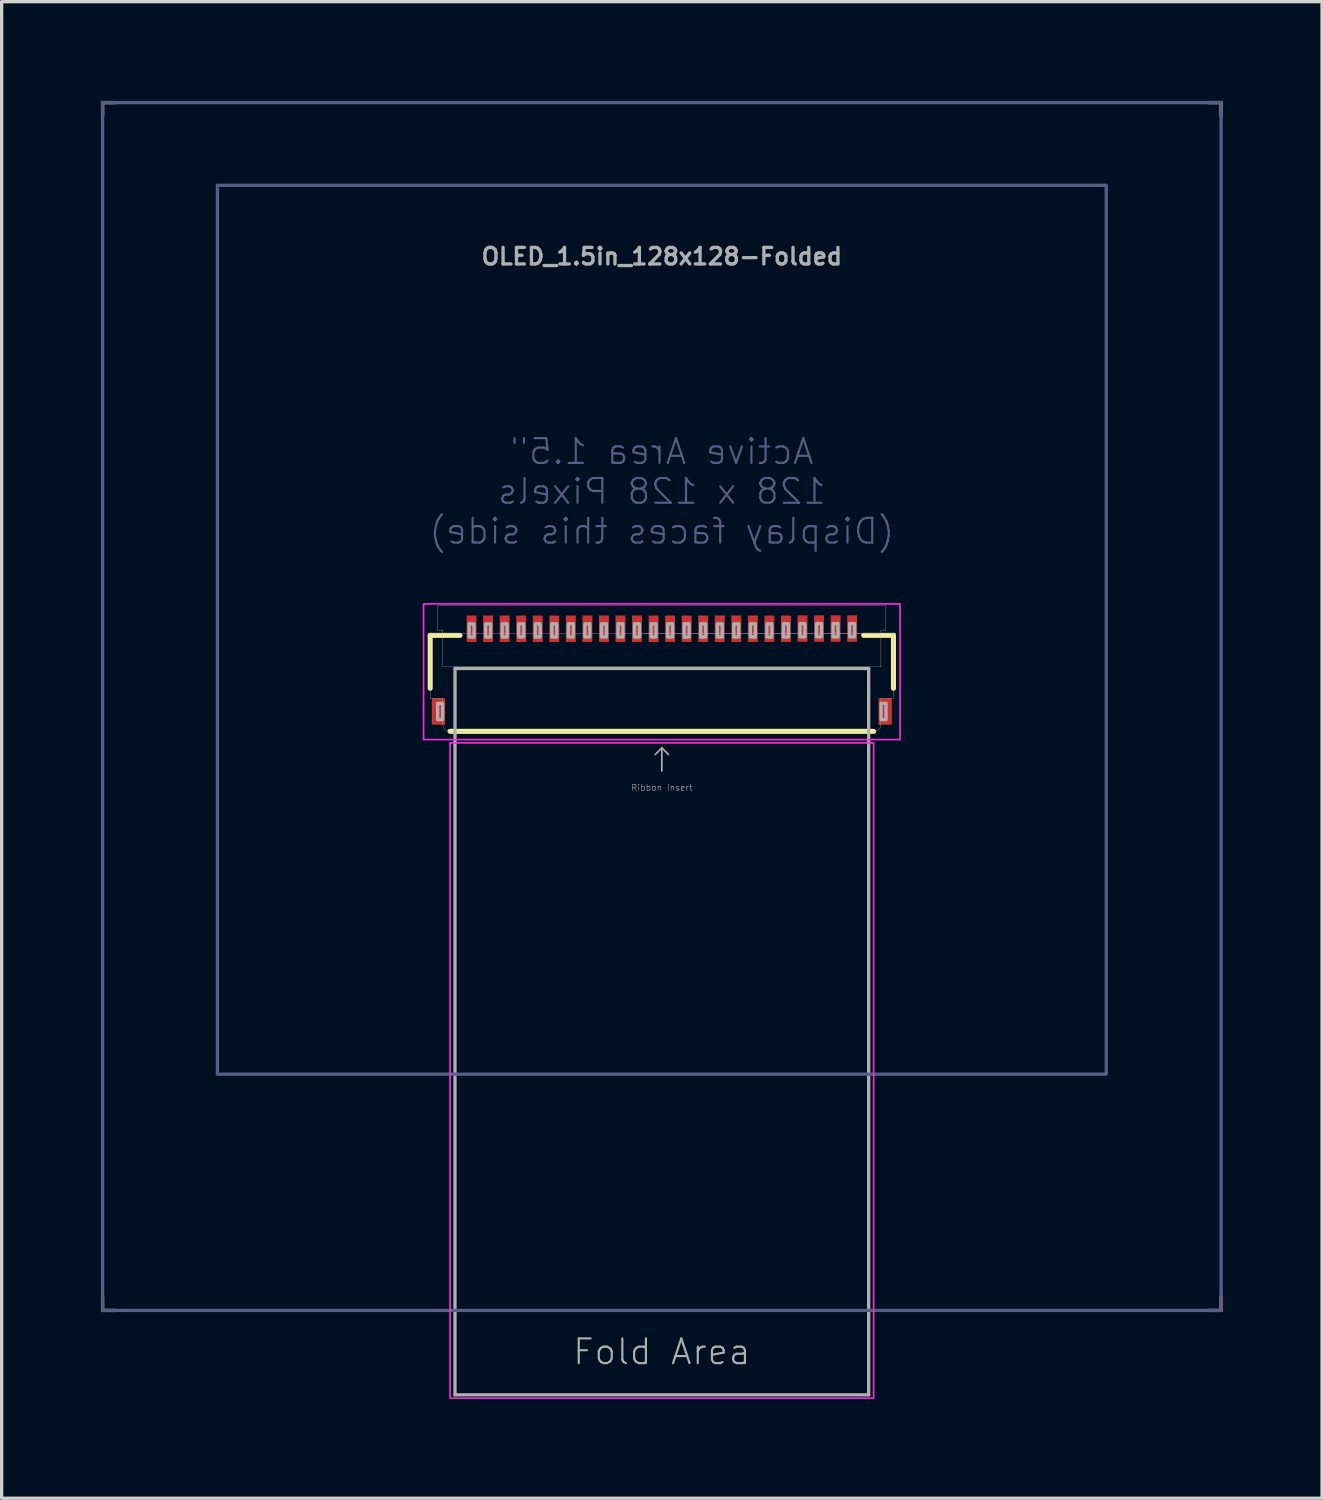
<source format=kicad_pcb>
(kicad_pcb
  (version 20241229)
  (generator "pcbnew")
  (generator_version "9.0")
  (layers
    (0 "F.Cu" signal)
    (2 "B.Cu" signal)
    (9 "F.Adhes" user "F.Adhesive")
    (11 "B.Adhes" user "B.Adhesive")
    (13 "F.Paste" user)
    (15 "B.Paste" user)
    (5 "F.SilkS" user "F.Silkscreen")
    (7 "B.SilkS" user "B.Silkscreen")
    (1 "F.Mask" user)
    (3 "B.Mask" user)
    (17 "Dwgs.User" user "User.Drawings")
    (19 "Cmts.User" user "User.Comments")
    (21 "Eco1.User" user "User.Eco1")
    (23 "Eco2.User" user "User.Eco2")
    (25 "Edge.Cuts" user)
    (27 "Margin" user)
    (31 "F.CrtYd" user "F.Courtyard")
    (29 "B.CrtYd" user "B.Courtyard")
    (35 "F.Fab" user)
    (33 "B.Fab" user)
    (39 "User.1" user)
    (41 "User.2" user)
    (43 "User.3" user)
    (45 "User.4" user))
  (footprint "OLED_1.5in_128x128-Folded"
    (layer "F.Cu")
    (at 16.95 18.3)
    (property "Reference" "OLED_1.5in_128x128-Folded" (at 0 -13.6 0) (unlocked yes) (layer "F.Fab") (effects (font (size 0.5 0.5) (thickness 0.1))))
    (fp_line (start -7 -2.15) (end -7 -0.55) (stroke (width 0.152) (type solid)) (layer "F.SilkS"))
    (fp_line (start -7 -2.15) (end -6.1 -2.15) (stroke (width 0.152) (type solid)) (layer "F.SilkS"))
    (fp_line (start -6.4 0.75) (end 6.4 0.75) (stroke (width 0.152) (type solid)) (layer "F.SilkS"))
    (fp_line (start 7 -2.15) (end 6.1 -2.15) (stroke (width 0.152) (type solid)) (layer "F.SilkS"))
    (fp_line (start 7 -2.15) (end 7 -0.55) (stroke (width 0.152) (type solid)) (layer "F.SilkS"))
    (fp_line (start -16.9 -18.25) (end -16.5 -18.25) (stroke (width 0.1) (type default)) (layer "B.SilkS"))
    (fp_line (start -16.9 -17.85) (end -16.9 -18.25) (stroke (width 0.1) (type default)) (layer "B.SilkS"))
    (fp_line (start -16.9 18.25) (end -16.9 17.85) (stroke (width 0.1) (type default)) (layer "B.SilkS"))
    (fp_line (start -16.5 18.25) (end -16.9 18.25) (stroke (width 0.1) (type default)) (layer "B.SilkS"))
    (fp_line (start 16.5 -18.25) (end 16.9 -18.25) (stroke (width 0.1) (type default)) (layer "B.SilkS"))
    (fp_line (start 16.9 -18.25) (end 16.9 -17.85) (stroke (width 0.1) (type default)) (layer "B.SilkS"))
    (fp_line (start 16.9 17.85) (end 16.9 18.25) (stroke (width 0.1) (type default)) (layer "B.SilkS"))
    (fp_line (start 16.9 18.25) (end 16.5 18.25) (stroke (width 0.1) (type default)) (layer "B.SilkS"))
    (fp_rect (start -7.2 -3.1) (end 7.2 1) (stroke (width 0.05) (type default)) (fill no) (layer "F.CrtYd"))
    (fp_rect (start -6.4 1.1) (end 6.4 20.9) (stroke (width 0.05) (type default)) (fill no) (layer "F.CrtYd"))
    (fp_rect (start -16.9 -18.25) (end 16.9 18.25) (stroke (width 0.1) (type default)) (fill no) (layer "B.Fab"))
    (fp_rect (start -13.43 -15.75) (end 13.43 11.11) (stroke (width 0.1) (type default)) (fill no) (layer "B.Fab"))
    (fp_line (start -7 -2.2) (end -7 -0.25) (stroke (width 0.01) (type solid)) (layer "F.Fab"))
    (fp_line (start -7 -2.2) (end -6.62 -2.2) (stroke (width 0.01) (type solid)) (layer "F.Fab"))
    (fp_line (start -6.77 -3.05) (end -6.77 -2.31) (stroke (width 0.01) (type solid)) (layer "F.Fab"))
    (fp_line (start -6.77 -3.05) (end 6.77 -3.05) (stroke (width 0.01) (type solid)) (layer "F.Fab"))
    (fp_line (start -6.62 -2.31) (end -6.77 -2.31) (stroke (width 0.01) (type solid)) (layer "F.Fab"))
    (fp_line (start -6.62 -2.2) (end -6.62 -2.31) (stroke (width 0.01) (type solid)) (layer "F.Fab"))
    (fp_line (start -6.62 -2.2) (end 6.62 -2.2) (stroke (width 0.01) (type solid)) (layer "F.Fab"))
    (fp_line (start -6.62 -1.2) (end -6.62 -2.2) (stroke (width 0.01) (type solid)) (layer "F.Fab"))
    (fp_line (start -6.62 -1.2) (end 6.62 -1.2) (stroke (width 0.01) (type solid)) (layer "F.Fab"))
    (fp_line (start -6.62 -0.25) (end -7 -0.25) (stroke (width 0.01) (type solid)) (layer "F.Fab"))
    (fp_line (start -6.62 0.55) (end -6.62 -0.25) (stroke (width 0.01) (type solid)) (layer "F.Fab"))
    (fp_line (start -6.25 20.8) (end -6.25 -1.15) (stroke (width 0.1) (type default)) (layer "F.Fab"))
    (fp_line (start -0.62 -2.205) (end 6.62 -2.2) (stroke (width 0.01) (type solid)) (layer "F.Fab"))
    (fp_line (start 0 1.25) (end -0.2 1.45) (stroke (width 0.05) (type solid)) (layer "F.Fab"))
    (fp_line (start 0 1.25) (end 0.2 1.45) (stroke (width 0.05) (type solid)) (layer "F.Fab"))
    (fp_line (start 0 1.95) (end 0 1.25) (stroke (width 0.05) (type solid)) (layer "F.Fab"))
    (fp_line (start 6.25 -1.15) (end -6.25 -1.15) (stroke (width 0.1) (type default)) (layer "F.Fab"))
    (fp_line (start 6.25 -1.15) (end 6.25 20.8) (stroke (width 0.1) (type default)) (layer "F.Fab"))
    (fp_line (start 6.25 20.8) (end -6.25 20.8) (stroke (width 0.1) (type default)) (layer "F.Fab"))
    (fp_line (start 6.41 0.75) (end -6.412 0.75) (stroke (width 0.01) (type solid)) (layer "F.Fab"))
    (fp_line (start 6.62 -2.31) (end 6.77 -2.31) (stroke (width 0.01) (type solid)) (layer "F.Fab"))
    (fp_line (start 6.62 -2.2) (end 6.62 -2.31) (stroke (width 0.01) (type solid)) (layer "F.Fab"))
    (fp_line (start 6.62 -2.2) (end 7 -2.2) (stroke (width 0.01) (type solid)) (layer "F.Fab"))
    (fp_line (start 6.62 -1.2) (end 6.62 -2.2) (stroke (width 0.01) (type solid)) (layer "F.Fab"))
    (fp_line (start 6.62 0.55) (end 6.62 -0.25) (stroke (width 0.01) (type solid)) (layer "F.Fab"))
    (fp_line (start 6.77 -2.31) (end 6.77 -3.05) (stroke (width 0.01) (type solid)) (layer "F.Fab"))
    (fp_line (start 7 -2.2) (end 7 -0.25) (stroke (width 0.01) (type solid)) (layer "F.Fab"))
    (fp_line (start 7 -0.25) (end 6.62 -0.25) (stroke (width 0.01) (type solid)) (layer "F.Fab"))
    (fp_arc (start -6.409999 0.749999) (mid -6.55542 0.692442) (end -6.62 0.55) (stroke (width 0.01) (type solid)) (layer "F.Fab"))
    (fp_arc (start 6.62 0.55) (mid 6.555421 0.692445) (end 6.409999 0.749999) (stroke (width 0.01) (type solid)) (layer "F.Fab"))
    (fp_poly (pts (xy -6.775 0.395) (xy -6.625 0.395) (xy -6.625 -0.095) (xy -6.775 -0.095)) (stroke (width 0.1) (type default)) (fill no) (layer "F.Fab"))
    (fp_poly (pts (xy -5.825 -2.1) (xy -5.675 -2.1) (xy -5.675 -2.5) (xy -5.825 -2.5)) (stroke (width 0.1) (type default)) (fill no) (layer "F.Fab"))
    (fp_poly (pts (xy -5.325 -2.1) (xy -5.175 -2.1) (xy -5.175 -2.5) (xy -5.325 -2.5)) (stroke (width 0.1) (type default)) (fill no) (layer "F.Fab"))
    (fp_poly (pts (xy -4.825 -2.1) (xy -4.675 -2.1) (xy -4.675 -2.5) (xy -4.825 -2.5)) (stroke (width 0.1) (type default)) (fill no) (layer "F.Fab"))
    (fp_poly (pts (xy -4.325 -2.1) (xy -4.175 -2.1) (xy -4.175 -2.5) (xy -4.325 -2.5)) (stroke (width 0.1) (type default)) (fill no) (layer "F.Fab"))
    (fp_poly (pts (xy -3.825 -2.1) (xy -3.675 -2.1) (xy -3.675 -2.5) (xy -3.825 -2.5)) (stroke (width 0.1) (type default)) (fill no) (layer "F.Fab"))
    (fp_poly (pts (xy -3.325 -2.1) (xy -3.175 -2.1) (xy -3.175 -2.5) (xy -3.325 -2.5)) (stroke (width 0.1) (type default)) (fill no) (layer "F.Fab"))
    (fp_poly (pts (xy -2.825 -2.1) (xy -2.675 -2.1) (xy -2.675 -2.5) (xy -2.825 -2.5)) (stroke (width 0.1) (type default)) (fill no) (layer "F.Fab"))
    (fp_poly (pts (xy -2.325 -2.1) (xy -2.175 -2.1) (xy -2.175 -2.5) (xy -2.325 -2.5)) (stroke (width 0.1) (type default)) (fill no) (layer "F.Fab"))
    (fp_poly (pts (xy -1.825 -2.1) (xy -1.675 -2.1) (xy -1.675 -2.5) (xy -1.825 -2.5)) (stroke (width 0.1) (type default)) (fill no) (layer "F.Fab"))
    (fp_poly (pts (xy -1.325 -2.1) (xy -1.175 -2.1) (xy -1.175 -2.5) (xy -1.325 -2.5)) (stroke (width 0.1) (type default)) (fill no) (layer "F.Fab"))
    (fp_poly (pts (xy -0.825 -2.1) (xy -0.675 -2.1) (xy -0.675 -2.5) (xy -0.825 -2.5)) (stroke (width 0.1) (type default)) (fill no) (layer "F.Fab"))
    (fp_poly (pts (xy -0.325 -2.1) (xy -0.175 -2.1) (xy -0.175 -2.5) (xy -0.325 -2.5)) (stroke (width 0.1) (type default)) (fill no) (layer "F.Fab"))
    (fp_poly (pts (xy 0.175 -2.1) (xy 0.325 -2.1) (xy 0.325 -2.5) (xy 0.175 -2.5)) (stroke (width 0.1) (type default)) (fill no) (layer "F.Fab"))
    (fp_poly (pts (xy 0.675 -2.1) (xy 0.825 -2.1) (xy 0.825 -2.5) (xy 0.675 -2.5)) (stroke (width 0.1) (type default)) (fill no) (layer "F.Fab"))
    (fp_poly (pts (xy 1.175 -2.1) (xy 1.325 -2.1) (xy 1.325 -2.5) (xy 1.175 -2.5)) (stroke (width 0.1) (type default)) (fill no) (layer "F.Fab"))
    (fp_poly (pts (xy 1.675 -2.1) (xy 1.825 -2.1) (xy 1.825 -2.5) (xy 1.675 -2.5)) (stroke (width 0.1) (type default)) (fill no) (layer "F.Fab"))
    (fp_poly (pts (xy 2.175 -2.1) (xy 2.325 -2.1) (xy 2.325 -2.5) (xy 2.175 -2.5)) (stroke (width 0.1) (type default)) (fill no) (layer "F.Fab"))
    (fp_poly (pts (xy 2.675 -2.1) (xy 2.825 -2.1) (xy 2.825 -2.5) (xy 2.675 -2.5)) (stroke (width 0.1) (type default)) (fill no) (layer "F.Fab"))
    (fp_poly (pts (xy 3.175 -2.1) (xy 3.325 -2.1) (xy 3.325 -2.5) (xy 3.175 -2.5)) (stroke (width 0.1) (type default)) (fill no) (layer "F.Fab"))
    (fp_poly (pts (xy 3.675 -2.1) (xy 3.825 -2.1) (xy 3.825 -2.5) (xy 3.675 -2.5)) (stroke (width 0.1) (type default)) (fill no) (layer "F.Fab"))
    (fp_poly (pts (xy 4.175 -2.105) (xy 4.325 -2.105) (xy 4.325 -2.505) (xy 4.175 -2.505)) (stroke (width 0.1) (type default)) (fill no) (layer "F.Fab"))
    (fp_poly (pts (xy 4.675 -2.105) (xy 4.825 -2.105) (xy 4.825 -2.505) (xy 4.675 -2.505)) (stroke (width 0.1) (type default)) (fill no) (layer "F.Fab"))
    (fp_poly (pts (xy 5.175 -2.105) (xy 5.325 -2.105) (xy 5.325 -2.505) (xy 5.175 -2.505)) (stroke (width 0.1) (type default)) (fill no) (layer "F.Fab"))
    (fp_poly (pts (xy 5.675 -2.105) (xy 5.825 -2.105) (xy 5.825 -2.505) (xy 5.675 -2.505)) (stroke (width 0.1) (type default)) (fill no) (layer "F.Fab"))
    (fp_poly (pts (xy 6.625 0.395) (xy 6.775 0.395) (xy 6.775 -0.095) (xy 6.625 -0.095)) (stroke (width 0.1) (type default)) (fill no) (layer "F.Fab"))
    (fp_text user "Active Area 1.5\"\n128 x 128 Pixels\n(Display faces this side)" (at 0 -6.5 0) (unlocked yes) (layer "B.Fab") (effects (font (size 0.748 0.748) (thickness 0.065)) (justify mirror)))
    (fp_text user "Fold Area" (at 0 19.5 0) (unlocked yes) (layer "F.Fab") (effects (font (size 0.748 0.748) (thickness 0.065))))
    (fp_text user "Ribbon Insert" (at 0 2.45 0) (layer "F.Fab") (effects (font (size 0.184 0.184) (thickness 0.016))))
    (pad "1" smd rect (at 5.75 -2.355) (size 0.3 0.8) (layers "F.Cu" "F.Mask" "F.Paste"))
    (pad "2" smd rect (at 5.25 -2.355) (size 0.3 0.8) (layers "F.Cu" "F.Mask" "F.Paste"))
    (pad "3" smd rect (at 4.75 -2.355) (size 0.3 0.8) (layers "F.Cu" "F.Mask" "F.Paste"))
    (pad "4" smd rect (at 4.25 -2.355) (size 0.3 0.8) (layers "F.Cu" "F.Mask" "F.Paste"))
    (pad "5" smd rect (at 3.75 -2.35) (size 0.3 0.8) (layers "F.Cu" "F.Mask" "F.Paste"))
    (pad "6" smd rect (at 3.25 -2.35) (size 0.3 0.8) (layers "F.Cu" "F.Mask" "F.Paste"))
    (pad "7" smd rect (at 2.75 -2.35) (size 0.3 0.8) (layers "F.Cu" "F.Mask" "F.Paste"))
    (pad "8" smd rect (at 2.25 -2.35) (size 0.3 0.8) (layers "F.Cu" "F.Mask" "F.Paste"))
    (pad "9" smd rect (at 1.75 -2.35) (size 0.3 0.8) (layers "F.Cu" "F.Mask" "F.Paste"))
    (pad "10" smd rect (at 1.25 -2.35) (size 0.3 0.8) (layers "F.Cu" "F.Mask" "F.Paste"))
    (pad "11" smd rect (at 0.75 -2.35) (size 0.3 0.8) (layers "F.Cu" "F.Mask" "F.Paste"))
    (pad "12" smd rect (at 0.25 -2.35) (size 0.3 0.8) (layers "F.Cu" "F.Mask" "F.Paste"))
    (pad "13" smd rect (at -0.25 -2.35) (size 0.3 0.8) (layers "F.Cu" "F.Mask" "F.Paste"))
    (pad "14" smd rect (at -0.75 -2.35) (size 0.3 0.8) (layers "F.Cu" "F.Mask" "F.Paste"))
    (pad "15" smd rect (at -1.25 -2.35) (size 0.3 0.8) (layers "F.Cu" "F.Mask" "F.Paste"))
    (pad "16" smd rect (at -1.75 -2.35) (size 0.3 0.8) (layers "F.Cu" "F.Mask" "F.Paste"))
    (pad "17" smd rect (at -2.25 -2.35) (size 0.3 0.8) (layers "F.Cu" "F.Mask" "F.Paste"))
    (pad "18" smd rect (at -2.75 -2.35) (size 0.3 0.8) (layers "F.Cu" "F.Mask" "F.Paste"))
    (pad "19" smd rect (at -3.25 -2.35) (size 0.3 0.8) (layers "F.Cu" "F.Mask" "F.Paste"))
    (pad "20" smd rect (at -3.75 -2.35) (size 0.3 0.8) (layers "F.Cu" "F.Mask" "F.Paste"))
    (pad "21" smd rect (at -4.25 -2.35) (size 0.3 0.8) (layers "F.Cu" "F.Mask" "F.Paste"))
    (pad "22" smd rect (at -4.75 -2.35) (size 0.3 0.8) (layers "F.Cu" "F.Mask" "F.Paste"))
    (pad "23" smd rect (at -5.25 -2.35) (size 0.3 0.8) (layers "F.Cu" "F.Mask" "F.Paste"))
    (pad "24" smd rect (at -5.75 -2.35) (size 0.3 0.8) (layers "F.Cu" "F.Mask" "F.Paste"))
    (pad "MP1" smd rect (at -6.75 0.15) (size 0.4 0.8) (layers "F.Cu" "F.Mask" "F.Paste"))
    (pad "MP2" smd rect (at 6.75 0.15) (size 0.4 0.8) (layers "F.Cu" "F.Mask" "F.Paste")))
  (gr_rect
    (start -3 -3)
    (end 36.9 42.225)
    (stroke (width 0.1) (type default))
    (fill no)
    (layer "Edge.Cuts")))
</source>
